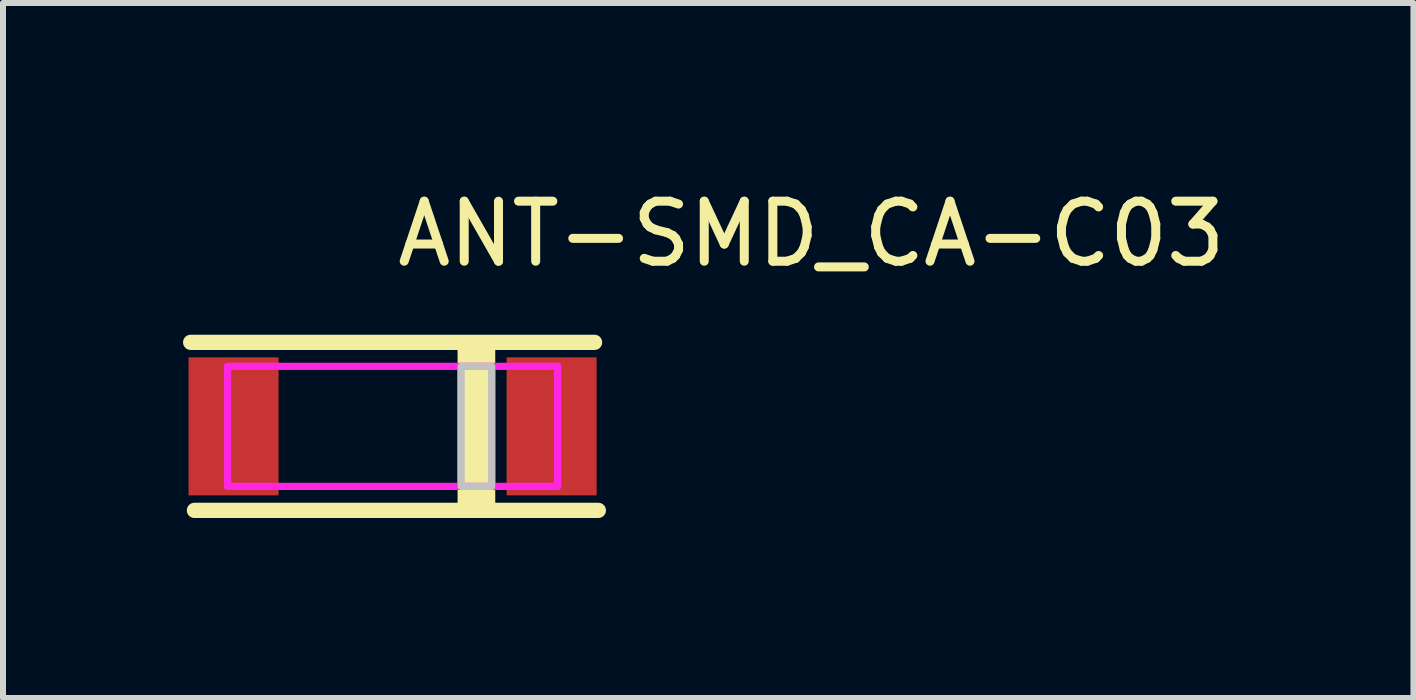
<source format=kicad_pcb>
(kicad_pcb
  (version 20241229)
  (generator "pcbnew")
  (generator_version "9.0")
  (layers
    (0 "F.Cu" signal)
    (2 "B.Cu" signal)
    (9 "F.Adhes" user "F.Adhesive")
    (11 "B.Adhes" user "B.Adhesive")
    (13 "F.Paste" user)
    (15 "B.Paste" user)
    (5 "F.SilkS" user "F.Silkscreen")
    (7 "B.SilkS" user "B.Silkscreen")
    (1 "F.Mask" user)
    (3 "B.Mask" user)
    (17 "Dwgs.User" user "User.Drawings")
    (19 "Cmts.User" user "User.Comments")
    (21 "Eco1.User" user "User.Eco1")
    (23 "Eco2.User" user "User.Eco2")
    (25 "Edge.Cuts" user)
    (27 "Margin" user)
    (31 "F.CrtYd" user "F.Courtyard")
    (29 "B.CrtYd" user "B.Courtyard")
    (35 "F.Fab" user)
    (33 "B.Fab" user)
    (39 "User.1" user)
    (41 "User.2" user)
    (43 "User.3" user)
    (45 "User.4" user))
  (footprint "ANT-SMD_CA-C03"
    (layer "F.Cu")
    (at 3.492 4.055)
    (property "Reference" "ANT-SMD_CA-C03" (at 0 -3.207 0) (layer "F.SilkS") (effects (font (size 1 1) (thickness 0.15)) (justify left)))
    (attr through_hole)
    (fp_line (start -3.302 1.4) (end 3.429 1.4) (stroke (width 0.254) (type solid)) (layer "F.SilkS"))
    (fp_line (start 3.366 -1.4) (end -3.365 -1.4) (stroke (width 0.254) (type solid)) (layer "F.SilkS"))
    (fp_poly (pts (xy 1.143 -1.4) (xy 1.651 -1.4) (xy 1.651 1.4) (xy 1.143 1.4)) (stroke (width 0.12) (type solid)) (fill yes) (layer "F.SilkS"))
    (fp_poly (pts (xy 1.143 -1) (xy 1.651 -1) (xy 1.651 1) (xy 1.143 1)) (stroke (width 0.12) (type solid)) (fill no) (layer "Dwgs.User"))
    (fp_circle (center -2.75 1) (end -2.72 1) (stroke (width 0.06) (type solid)) (fill no) (layer "Eco2.User"))
    (fp_poly (pts (xy -2.75 -1) (xy -2.25 -1) (xy -2.25 1) (xy -2.75 1)) (stroke (width 0.12) (type solid)) (fill no) (layer "Eco2.User"))
    (fp_poly (pts (xy 2.75 1) (xy 2.25 1) (xy 2.25 -1) (xy 2.75 -1)) (stroke (width 0.12) (type solid)) (fill no) (layer "Eco2.User"))
    (fp_line (start -2.75 -1) (end 2.75 -1) (stroke (width 0.12) (type solid)) (layer "F.CrtYd"))
    (fp_line (start -2.75 1) (end -2.75 -1) (stroke (width 0.12) (type solid)) (layer "F.CrtYd"))
    (fp_line (start 2.75 -1) (end 2.75 1) (stroke (width 0.12) (type solid)) (layer "F.CrtYd"))
    (fp_line (start 2.75 1) (end -2.75 1) (stroke (width 0.12) (type solid)) (layer "F.CrtYd"))
    (pad "1" smd rect (at -2.65 0) (size 1.5 2.3) (layers "F.Cu" "F.Mask" "F.Paste"))
    (pad "2" smd rect (at 2.65 0) (size 1.5 2.3) (layers "F.Cu" "F.Mask" "F.Paste")))
  (gr_rect
    (start -3 -3)
    (end 20.504 8.582)
    (stroke (width 0.1) (type default))
    (fill no)
    (layer "Edge.Cuts")))
</source>
